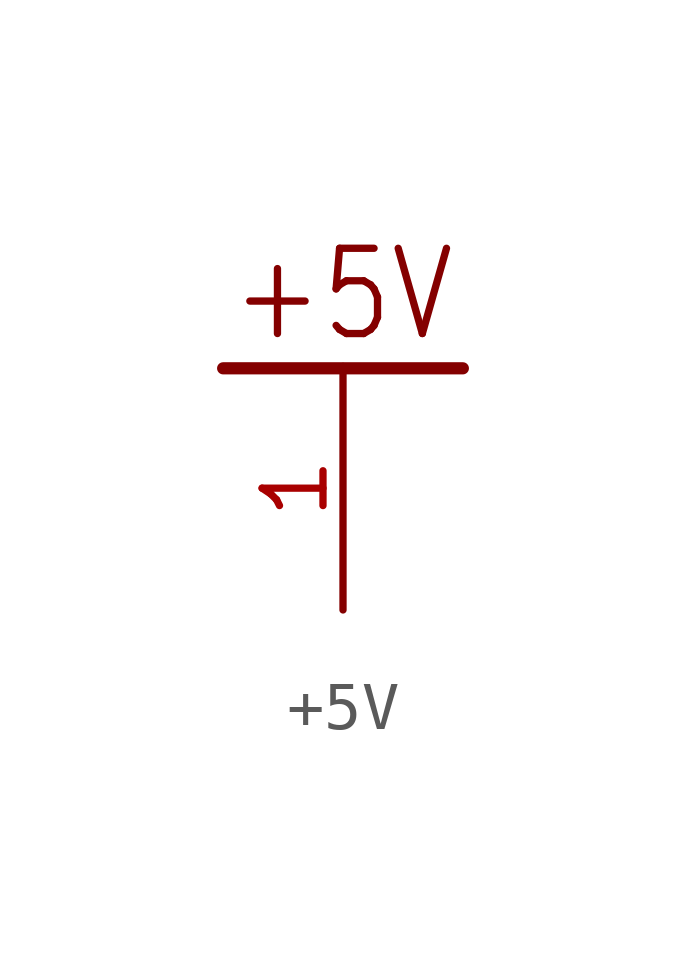
<source format=kicad_sym>
(kicad_symbol_lib
  (version 20211014)
  (generator kicad_symbol_editor)
  (symbol "+5V"
    (power)
    (property "Reference" "#+5V"
      (at 0 0 0)
      (effects (font (size 1.27 1.27)) hide))
    (property "ki_locked" ""
      (at 0 0 0)
      (effects (font (size 1.27 1.27))))
    (symbol "+5V_1_0"
      (polyline (pts (xy -2.5 0.04) (xy 2.5 0.04)) (stroke (width 0.254) (type default) (color 0 0 0 0)) (fill (type none)))
      (text "+5V" (at 0 0.54 0) (effects (font (size 1.778 1.511)) (justify bottom)))
      (pin power_in line (at 0 -5 90) (length 5.08) (name "+5V" (effects (font (size 0 0)))) (number "1" (effects (font (size 1.27 1.27))))))))
</source>
